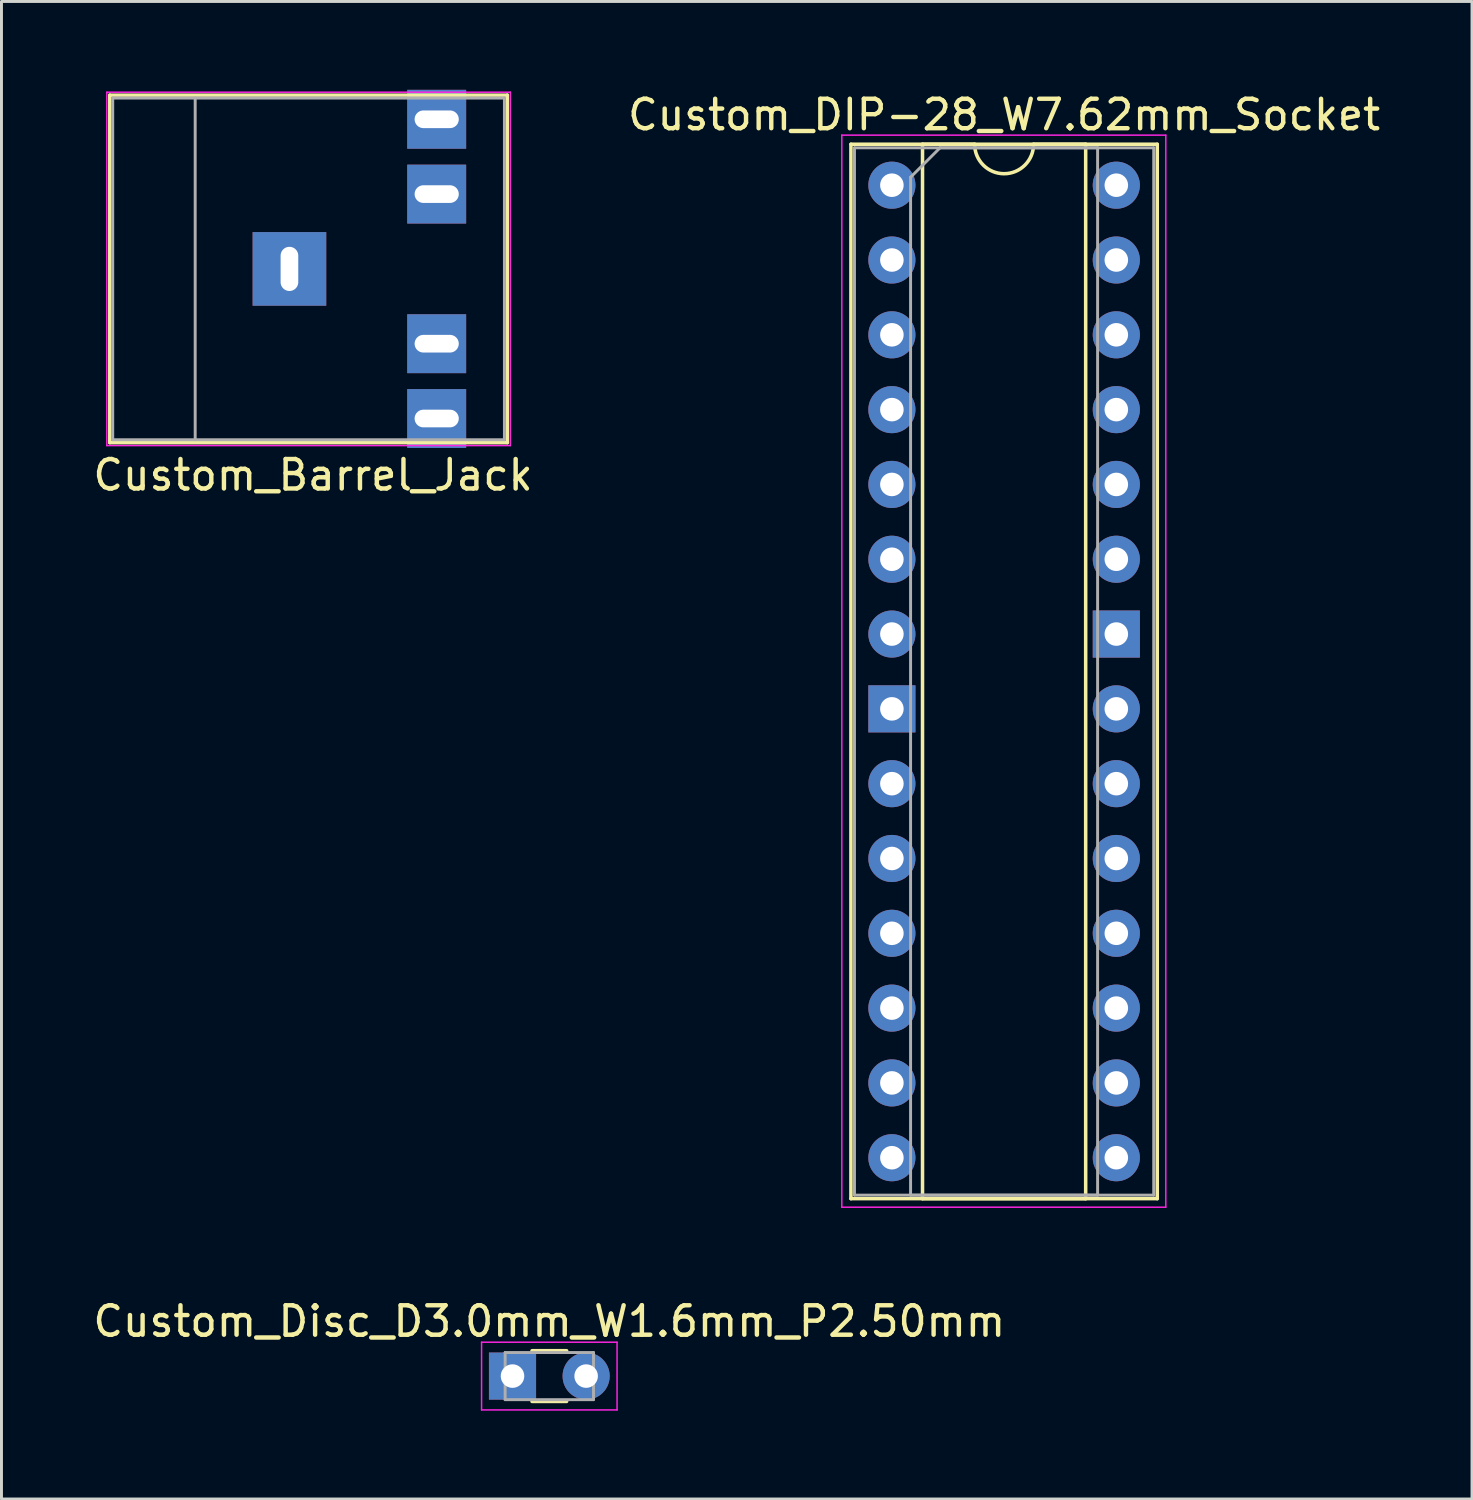
<source format=kicad_pcb>
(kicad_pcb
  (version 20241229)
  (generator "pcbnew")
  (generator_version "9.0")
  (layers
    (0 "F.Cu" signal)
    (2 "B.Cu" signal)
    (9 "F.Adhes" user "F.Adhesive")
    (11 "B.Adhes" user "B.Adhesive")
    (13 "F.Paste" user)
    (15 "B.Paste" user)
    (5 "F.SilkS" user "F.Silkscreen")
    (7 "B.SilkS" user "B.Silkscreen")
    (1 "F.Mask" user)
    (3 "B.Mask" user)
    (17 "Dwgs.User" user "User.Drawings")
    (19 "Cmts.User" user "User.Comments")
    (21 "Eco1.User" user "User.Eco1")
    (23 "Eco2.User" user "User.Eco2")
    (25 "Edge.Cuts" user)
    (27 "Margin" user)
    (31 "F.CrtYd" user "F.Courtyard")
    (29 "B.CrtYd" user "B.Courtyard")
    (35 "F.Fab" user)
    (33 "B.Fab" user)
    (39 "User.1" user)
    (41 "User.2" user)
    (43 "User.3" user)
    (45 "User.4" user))
  (footprint "Custom_DIP-28_W7.62mm_Socket"
    (layer "F.Cu")
    (at 27.232 3.238)
    (property "Reference" "Custom_DIP-28_W7.62mm_Socket" (at 3.81 -2.39 0) (layer "F.SilkS") (effects (font (size 1 1) (thickness 0.15))))
    (attr through_hole)
    (fp_line (start -1.39 -1.39) (end -1.39 34.41) (stroke (width 0.12) (type solid)) (layer "F.SilkS"))
    (fp_line (start -1.39 34.41) (end 9.01 34.41) (stroke (width 0.12) (type solid)) (layer "F.SilkS"))
    (fp_line (start 1.04 -1.39) (end 1.04 34.41) (stroke (width 0.12) (type solid)) (layer "F.SilkS"))
    (fp_line (start 1.04 34.41) (end 6.58 34.41) (stroke (width 0.12) (type solid)) (layer "F.SilkS"))
    (fp_line (start 2.81 -1.39) (end 1.04 -1.39) (stroke (width 0.12) (type solid)) (layer "F.SilkS"))
    (fp_line (start 6.58 -1.39) (end 4.81 -1.39) (stroke (width 0.12) (type solid)) (layer "F.SilkS"))
    (fp_line (start 6.58 34.41) (end 6.58 -1.39) (stroke (width 0.12) (type solid)) (layer "F.SilkS"))
    (fp_line (start 9.01 -1.39) (end -1.39 -1.39) (stroke (width 0.12) (type solid)) (layer "F.SilkS"))
    (fp_line (start 9.01 34.41) (end 9.01 -1.39) (stroke (width 0.12) (type solid)) (layer "F.SilkS"))
    (fp_arc (start 4.81 -1.39) (mid 3.81 -0.39) (end 2.81 -1.39) (stroke (width 0.12) (type solid)) (layer "F.SilkS"))
    (fp_line (start -1.7 -1.7) (end -1.7 34.7) (stroke (width 0.05) (type solid)) (layer "F.CrtYd"))
    (fp_line (start -1.7 34.7) (end 9.3 34.7) (stroke (width 0.05) (type solid)) (layer "F.CrtYd"))
    (fp_line (start 9.3 -1.7) (end -1.7 -1.7) (stroke (width 0.05) (type solid)) (layer "F.CrtYd"))
    (fp_line (start 9.3 34.7) (end 9.3 -1.7) (stroke (width 0.05) (type solid)) (layer "F.CrtYd"))
    (fp_line (start -1.27 -1.27) (end -1.27 34.29) (stroke (width 0.1) (type solid)) (layer "F.Fab"))
    (fp_line (start -1.27 34.29) (end 8.89 34.29) (stroke (width 0.1) (type solid)) (layer "F.Fab"))
    (fp_line (start 0.635 -0.27) (end 1.635 -1.27) (stroke (width 0.1) (type solid)) (layer "F.Fab"))
    (fp_line (start 0.635 34.29) (end 0.635 -0.27) (stroke (width 0.1) (type solid)) (layer "F.Fab"))
    (fp_line (start 1.635 -1.27) (end 6.985 -1.27) (stroke (width 0.1) (type solid)) (layer "F.Fab"))
    (fp_line (start 6.985 -1.27) (end 6.985 34.29) (stroke (width 0.1) (type solid)) (layer "F.Fab"))
    (fp_line (start 6.985 34.29) (end 0.635 34.29) (stroke (width 0.1) (type solid)) (layer "F.Fab"))
    (fp_line (start 8.89 -1.27) (end -1.27 -1.27) (stroke (width 0.1) (type solid)) (layer "F.Fab"))
    (fp_line (start 8.89 34.29) (end 8.89 -1.27) (stroke (width 0.1) (type solid)) (layer "F.Fab"))
    (pad "1" thru_hole oval (at 0 0) (size 1.6 1.6) (drill 0.8) (layers "*.Cu" "*.Mask"))
    (pad "2" thru_hole oval (at 0 2.54) (size 1.6 1.6) (drill 0.8) (layers "*.Cu" "*.Mask"))
    (pad "3" thru_hole oval (at 0 5.08) (size 1.6 1.6) (drill 0.8) (layers "*.Cu" "*.Mask"))
    (pad "4" thru_hole oval (at 0 7.62) (size 1.6 1.6) (drill 0.8) (layers "*.Cu" "*.Mask"))
    (pad "5" thru_hole oval (at 0 10.16) (size 1.6 1.6) (drill 0.8) (layers "*.Cu" "*.Mask"))
    (pad "6" thru_hole oval (at 0 12.7) (size 1.6 1.6) (drill 0.8) (layers "*.Cu" "*.Mask"))
    (pad "7" thru_hole oval (at 0 15.24) (size 1.6 1.6) (drill 0.8) (layers "*.Cu" "*.Mask"))
    (pad "8" thru_hole rect (at 0 17.78) (size 1.6 1.6) (drill 0.8) (layers "*.Cu" "*.Mask"))
    (pad "9" thru_hole oval (at 0 20.32) (size 1.6 1.6) (drill 0.8) (layers "*.Cu" "*.Mask"))
    (pad "10" thru_hole oval (at 0 22.86) (size 1.6 1.6) (drill 0.8) (layers "*.Cu" "*.Mask"))
    (pad "11" thru_hole oval (at 0 25.4) (size 1.6 1.6) (drill 0.8) (layers "*.Cu" "*.Mask"))
    (pad "12" thru_hole oval (at 0 27.94) (size 1.6 1.6) (drill 0.8) (layers "*.Cu" "*.Mask"))
    (pad "13" thru_hole oval (at 0 30.48) (size 1.6 1.6) (drill 0.8) (layers "*.Cu" "*.Mask"))
    (pad "14" thru_hole oval (at 0 33.02) (size 1.6 1.6) (drill 0.8) (layers "*.Cu" "*.Mask"))
    (pad "15" thru_hole oval (at 7.62 33.02) (size 1.6 1.6) (drill 0.8) (layers "*.Cu" "*.Mask"))
    (pad "16" thru_hole oval (at 7.62 30.48) (size 1.6 1.6) (drill 0.8) (layers "*.Cu" "*.Mask"))
    (pad "17" thru_hole oval (at 7.62 27.94) (size 1.6 1.6) (drill 0.8) (layers "*.Cu" "*.Mask"))
    (pad "18" thru_hole oval (at 7.62 25.4) (size 1.6 1.6) (drill 0.8) (layers "*.Cu" "*.Mask"))
    (pad "19" thru_hole oval (at 7.62 22.86) (size 1.6 1.6) (drill 0.8) (layers "*.Cu" "*.Mask"))
    (pad "20" thru_hole oval (at 7.62 20.32) (size 1.6 1.6) (drill 0.8) (layers "*.Cu" "*.Mask"))
    (pad "21" thru_hole oval (at 7.62 17.78) (size 1.6 1.6) (drill 0.8) (layers "*.Cu" "*.Mask"))
    (pad "22" thru_hole rect (at 7.62 15.24) (size 1.6 1.6) (drill 0.8) (layers "*.Cu" "*.Mask"))
    (pad "23" thru_hole oval (at 7.62 12.7) (size 1.6 1.6) (drill 0.8) (layers "*.Cu" "*.Mask"))
    (pad "24" thru_hole oval (at 7.62 10.16) (size 1.6 1.6) (drill 0.8) (layers "*.Cu" "*.Mask"))
    (pad "25" thru_hole oval (at 7.62 7.62) (size 1.6 1.6) (drill 0.8) (layers "*.Cu" "*.Mask"))
    (pad "26" thru_hole oval (at 7.62 5.08) (size 1.6 1.6) (drill 0.8) (layers "*.Cu" "*.Mask"))
    (pad "27" thru_hole oval (at 7.62 2.54) (size 1.6 1.6) (drill 0.8) (layers "*.Cu" "*.Mask"))
    (pad "28" thru_hole oval (at 7.62 0) (size 1.6 1.6) (drill 0.8) (layers "*.Cu" "*.Mask")))
  (footprint "Custom_Barrel_Jack"
    (layer "F.Cu")
    (at 0.577 6.08)
    (property "Reference" "Custom_Barrel_Jack" (at 7 7 180) (layer "F.SilkS") (effects (font (size 1 1) (thickness 0.15))))
    (attr through_hole)
    (fp_line (start 0.1 -5.9) (end 13.6 -5.9) (stroke (width 0.12) (type solid)) (layer "F.SilkS"))
    (fp_line (start 0.1 5.9) (end 0.1 -5.9) (stroke (width 0.12) (type solid)) (layer "F.SilkS"))
    (fp_line (start 13.6 5.9) (end 0.1 5.9) (stroke (width 0.12) (type solid)) (layer "F.SilkS"))
    (fp_line (start 13.6 5.9) (end 13.6 -5.9) (stroke (width 0.12) (type solid)) (layer "F.SilkS"))
    (fp_line (start 0 -6) (end 13.7 -6) (stroke (width 0.05) (type solid)) (layer "F.CrtYd"))
    (fp_line (start 0 6) (end 0 -6) (stroke (width 0.05) (type solid)) (layer "F.CrtYd"))
    (fp_line (start 0 6) (end 13.7 6) (stroke (width 0.05) (type solid)) (layer "F.CrtYd"))
    (fp_line (start 13.7 6) (end 13.7 -6) (stroke (width 0.05) (type solid)) (layer "F.CrtYd"))
    (fp_line (start 0.2 -5.8) (end 13.5 -5.8) (stroke (width 0.1) (type solid)) (layer "F.Fab"))
    (fp_line (start 0.2 5.8) (end 0.2 -5.8) (stroke (width 0.1) (type solid)) (layer "F.Fab"))
    (fp_line (start 3 -5.8) (end 3 5.8) (stroke (width 0.1) (type solid)) (layer "F.Fab"))
    (fp_line (start 13.5 -5.8) (end 13.5 5.8) (stroke (width 0.1) (type solid)) (layer "F.Fab"))
    (fp_line (start 13.5 5.8) (end 0.2 5.8) (stroke (width 0.1) (type solid)) (layer "F.Fab"))
    (pad "1" thru_hole rect (at 6.2 0 90) (size 2.5 2.5) (drill oval 1.5 0.6) (layers "*.Cu" "*.Mask"))
    (pad "2" thru_hole rect (at 11.2 5.08) (size 2 2) (drill oval 1.5 0.6) (layers "*.Cu" "*.Mask"))
    (pad "3" thru_hole rect (at 11.2 2.54) (size 2 2) (drill oval 1.5 0.6) (layers "*.Cu" "*.Mask"))
    (pad "4" thru_hole rect (at 11.2 -2.54) (size 2 2) (drill oval 1.5 0.6) (layers "*.Cu" "*.Mask"))
    (pad "5" thru_hole rect (at 11.2 -5.08) (size 2 2) (drill oval 1.5 0.6) (layers "*.Cu" "*.Mask")))
  (footprint "Custom_Disc_D3.0mm_W1.6mm_P2.50mm"
    (layer "F.Cu")
    (at 14.351 43.672)
    (property "Reference" "Custom_Disc_D3.0mm_W1.6mm_P2.50mm" (at 1.25 -1.86 0) (layer "F.SilkS") (effects (font (size 1 1) (thickness 0.15))))
    (attr through_hole)
    (fp_line (start 0.663 -0.861) (end 1.837 -0.861) (stroke (width 0.12) (type solid)) (layer "F.SilkS"))
    (fp_line (start 0.663 0.861) (end 1.837 0.861) (stroke (width 0.12) (type solid)) (layer "F.SilkS"))
    (fp_line (start -1.05 -1.15) (end -1.05 1.15) (stroke (width 0.05) (type solid)) (layer "F.CrtYd"))
    (fp_line (start -1.05 1.15) (end 3.55 1.15) (stroke (width 0.05) (type solid)) (layer "F.CrtYd"))
    (fp_line (start 3.55 -1.15) (end -1.05 -1.15) (stroke (width 0.05) (type solid)) (layer "F.CrtYd"))
    (fp_line (start 3.55 1.15) (end 3.55 -1.15) (stroke (width 0.05) (type solid)) (layer "F.CrtYd"))
    (fp_line (start -0.25 -0.8) (end -0.25 0.8) (stroke (width 0.1) (type solid)) (layer "F.Fab"))
    (fp_line (start -0.25 0.8) (end 2.75 0.8) (stroke (width 0.1) (type solid)) (layer "F.Fab"))
    (fp_line (start 2.75 -0.8) (end -0.25 -0.8) (stroke (width 0.1) (type solid)) (layer "F.Fab"))
    (fp_line (start 2.75 0.8) (end 2.75 -0.8) (stroke (width 0.1) (type solid)) (layer "F.Fab"))
    (pad "1" thru_hole rect (at 0 0) (size 1.6 1.6) (drill 0.8) (layers "*.Cu" "*.Mask"))
    (pad "2" thru_hole circle (at 2.5 0) (size 1.6 1.6) (drill 0.8) (layers "*.Cu" "*.Mask")))
  (gr_rect
    (start -3 -3)
    (end 46.929 47.846)
    (stroke (width 0.1) (type default))
    (fill no)
    (layer "Edge.Cuts")))
</source>
